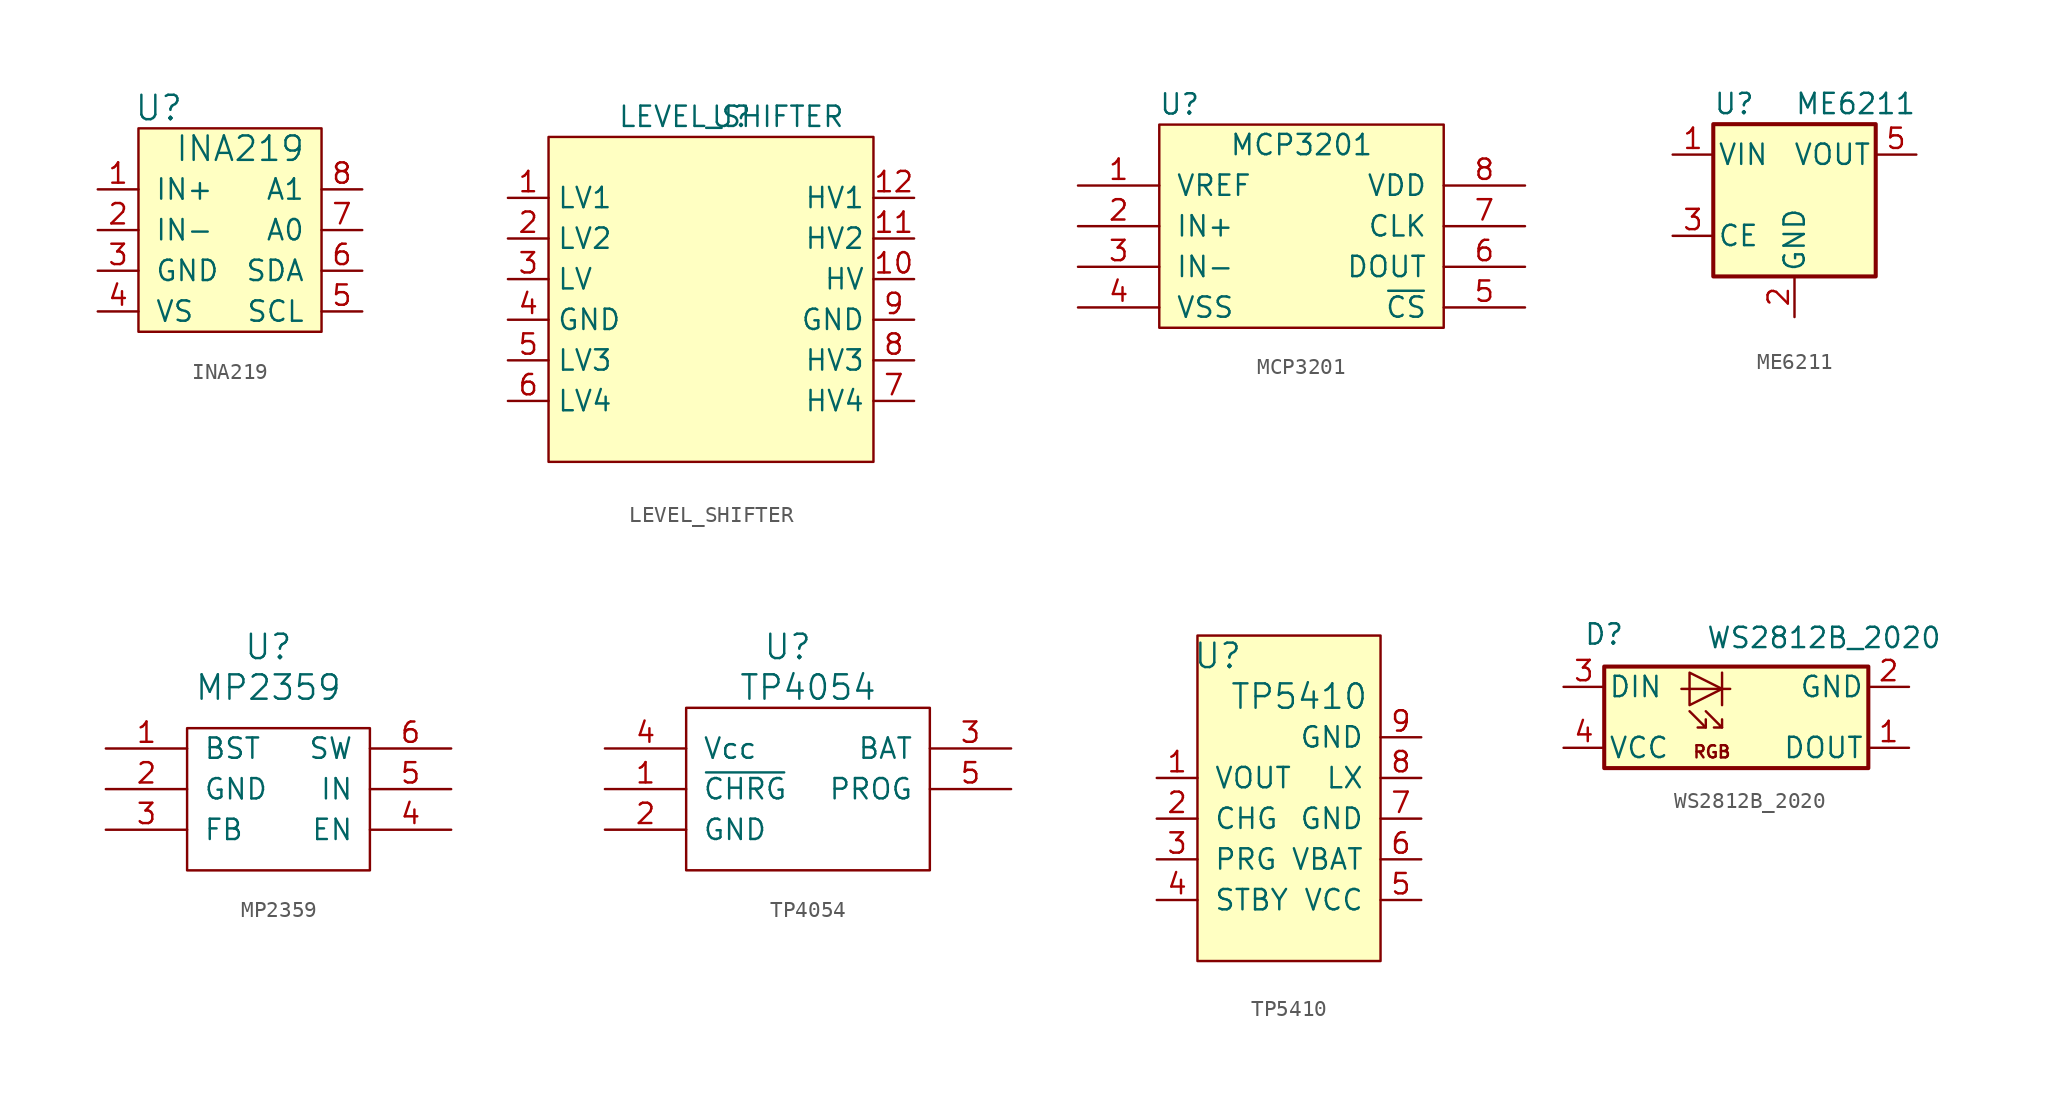
<source format=kicad_sym>
(kicad_symbol_lib
  (version 20211014)
  (generator kicad_symbol_editor)
  (symbol "INA219"
    (pin_names
      (offset 1.016))
    (property "Reference" "U"
      (at 2.54 7.62 0)
      (effects (font (size 1.524 1.524))))
    (property "Value" "INA219"
      (at 7.62 5.08 0)
      (effects (font (size 1.524 1.524))))
    (symbol "INA219_0_1"
      (rectangle (start 1.27 6.35) (end 12.7 -6.35) (stroke (width 0) (type default) (color 0 0 0 0)) (fill (type background))))
    (symbol "INA219_1_1"
      (pin input line (at -1.27 2.54 0) (length 2.54) (name "IN+" (effects (font (size 1.27 1.27)))) (number "1" (effects (font (size 1.27 1.27)))))
      (pin input line (at -1.27 0 0) (length 2.54) (name "IN-" (effects (font (size 1.27 1.27)))) (number "2" (effects (font (size 1.27 1.27)))))
      (pin input line (at -1.27 -2.54 0) (length 2.54) (name "GND" (effects (font (size 1.27 1.27)))) (number "3" (effects (font (size 1.27 1.27)))))
      (pin input line (at -1.27 -5.08 0) (length 2.54) (name "VS" (effects (font (size 1.27 1.27)))) (number "4" (effects (font (size 1.27 1.27)))))
      (pin input line (at 15.24 -5.08 180) (length 2.54) (name "SCL" (effects (font (size 1.27 1.27)))) (number "5" (effects (font (size 1.27 1.27)))))
      (pin input line (at 15.24 -2.54 180) (length 2.54) (name "SDA" (effects (font (size 1.27 1.27)))) (number "6" (effects (font (size 1.27 1.27)))))
      (pin input line (at 15.24 0 180) (length 2.54) (name "A0" (effects (font (size 1.27 1.27)))) (number "7" (effects (font (size 1.27 1.27)))))
      (pin input line (at 15.24 2.54 180) (length 2.54) (name "A1" (effects (font (size 1.27 1.27)))) (number "8" (effects (font (size 1.27 1.27)))))))
  (symbol "LEVEL_SHIFTER"
    (property "Reference" "U"
      (at 0 0 0)
      (effects (font (size 1.27 1.27))))
    (property "Value" "LEVEL_SHIFTER"
      (at 0 0 0)
      (effects (font (size 1.27 1.27))))
    (symbol "LEVEL_SHIFTER_0_1"
      (rectangle (start -11.43 -1.27) (end 8.89 -21.59) (stroke (width 0.152) (type default) (color 0 0 0 0)) (fill (type background))))
    (symbol "LEVEL_SHIFTER_1_1"
      (pin bidirectional line (at -13.97 -5.08 0) (length 2.54) (name "LV1" (effects (font (size 1.27 1.27)))) (number "1" (effects (font (size 1.27 1.27)))))
      (pin power_in line (at 11.43 -10.16 180) (length 2.54) (name "HV" (effects (font (size 1.27 1.27)))) (number "10" (effects (font (size 1.27 1.27)))))
      (pin bidirectional line (at 11.43 -7.62 180) (length 2.54) (name "HV2" (effects (font (size 1.27 1.27)))) (number "11" (effects (font (size 1.27 1.27)))))
      (pin bidirectional line (at 11.43 -5.08 180) (length 2.54) (name "HV1" (effects (font (size 1.27 1.27)))) (number "12" (effects (font (size 1.27 1.27)))))
      (pin bidirectional line (at -13.97 -7.62 0) (length 2.54) (name "LV2" (effects (font (size 1.27 1.27)))) (number "2" (effects (font (size 1.27 1.27)))))
      (pin input line (at -13.97 -10.16 0) (length 2.54) (name "LV" (effects (font (size 1.27 1.27)))) (number "3" (effects (font (size 1.27 1.27)))))
      (pin power_in line (at -13.97 -12.7 0) (length 2.54) (name "GND" (effects (font (size 1.27 1.27)))) (number "4" (effects (font (size 1.27 1.27)))))
      (pin bidirectional line (at -13.97 -15.24 0) (length 2.54) (name "LV3" (effects (font (size 1.27 1.27)))) (number "5" (effects (font (size 1.27 1.27)))))
      (pin bidirectional line (at -13.97 -17.78 0) (length 2.54) (name "LV4" (effects (font (size 1.27 1.27)))) (number "6" (effects (font (size 1.27 1.27)))))
      (pin bidirectional line (at 11.43 -17.78 180) (length 2.54) (name "HV4" (effects (font (size 1.27 1.27)))) (number "7" (effects (font (size 1.27 1.27)))))
      (pin bidirectional line (at 11.43 -15.24 180) (length 2.54) (name "HV3" (effects (font (size 1.27 1.27)))) (number "8" (effects (font (size 1.27 1.27)))))
      (pin power_in line (at 11.43 -12.7 180) (length 2.54) (name "GND" (effects (font (size 1.27 1.27)))) (number "9" (effects (font (size 1.27 1.27)))))))
  (symbol "MCP3201"
    (pin_names
      (offset 1.016))
    (property "Reference" "U"
      (at 1.27 13.97 0)
      (effects (font (size 1.27 1.27))))
    (property "Value" "MCP3201"
      (at 8.89 11.43 0)
      (effects (font (size 1.27 1.27))))
    (symbol "MCP3201_0_1"
      (rectangle (start 0 0) (end 17.78 12.7) (stroke (width 0) (type default) (color 0 0 0 0)) (fill (type background))))
    (symbol "MCP3201_1_1"
      (pin input line (at -5.08 8.89 0) (length 5.08) (name "VREF" (effects (font (size 1.27 1.27)))) (number "1" (effects (font (size 1.27 1.27)))))
      (pin input line (at -5.08 6.35 0) (length 5.08) (name "IN+" (effects (font (size 1.27 1.27)))) (number "2" (effects (font (size 1.27 1.27)))))
      (pin input line (at -5.08 3.81 0) (length 5.08) (name "IN-" (effects (font (size 1.27 1.27)))) (number "3" (effects (font (size 1.27 1.27)))))
      (pin input line (at -5.08 1.27 0) (length 5.08) (name "VSS" (effects (font (size 1.27 1.27)))) (number "4" (effects (font (size 1.27 1.27)))))
      (pin input line (at 22.86 1.27 180) (length 5.08) (name "~{CS}" (effects (font (size 1.27 1.27)))) (number "5" (effects (font (size 1.27 1.27)))))
      (pin input line (at 22.86 3.81 180) (length 5.08) (name "DOUT" (effects (font (size 1.27 1.27)))) (number "6" (effects (font (size 1.27 1.27)))))
      (pin input line (at 22.86 6.35 180) (length 5.08) (name "CLK" (effects (font (size 1.27 1.27)))) (number "7" (effects (font (size 1.27 1.27)))))
      (pin input line (at 22.86 8.89 180) (length 5.08) (name "VDD" (effects (font (size 1.27 1.27)))) (number "8" (effects (font (size 1.27 1.27)))))))
  (symbol "ME6211"
    (pin_names
      (offset 0.254))
    (property "Reference" "U"
      (at -5.08 5.715 0)
      (effects (font (size 1.27 1.27)) (justify left)))
    (property "Value" "ME6211"
      (at 0 5.715 0)
      (effects (font (size 1.27 1.27)) (justify left)))
    (symbol "ME6211_0_1"
      (rectangle (start -5.08 4.445) (end 5.08 -5.08) (stroke (width 0.254) (type default) (color 0 0 0 0)) (fill (type background))))
    (symbol "ME6211_1_1"
      (pin power_in line (at -7.62 2.54 0) (length 2.54) (name "VIN" (effects (font (size 1.27 1.27)))) (number "1" (effects (font (size 1.27 1.27)))))
      (pin power_in line (at 0 -7.62 90) (length 2.54) (name "GND" (effects (font (size 1.27 1.27)))) (number "2" (effects (font (size 1.27 1.27)))))
      (pin input line (at -7.62 -2.54 0) (length 2.54) (name "CE" (effects (font (size 1.27 1.27)))) (number "3" (effects (font (size 1.27 1.27)))))
      (pin no_connect line (at 7.62 -2.54 180) (length 2.54) hide (name "NC" (effects (font (size 1.27 1.27)))) (number "4" (effects (font (size 1.27 1.27)))))
      (pin power_out line (at 7.62 2.54 180) (length 2.54) (name "VOUT" (effects (font (size 1.27 1.27)))) (number "5" (effects (font (size 1.27 1.27)))))))
  (symbol "MP2359"
    (pin_names
      (offset 1.016))
    (property "Reference" "U"
      (at 0 2.54 0)
      (effects (font (size 1.524 1.524))))
    (property "Value" "MP2359"
      (at 0 0 0)
      (effects (font (size 1.524 1.524))))
    (symbol "MP2359_0_1"
      (rectangle (start -5.08 -2.54) (end 6.35 -11.43) (stroke (width 0) (type default) (color 0 0 0 0)) (fill (type none))))
    (symbol "MP2359_1_1"
      (pin output line (at -10.16 -3.81 0) (length 5.08) (name "BST" (effects (font (size 1.27 1.27)))) (number "1" (effects (font (size 1.27 1.27)))))
      (pin power_in line (at -10.16 -6.35 0) (length 5.08) (name "GND" (effects (font (size 1.27 1.27)))) (number "2" (effects (font (size 1.27 1.27)))))
      (pin input line (at -10.16 -8.89 0) (length 5.08) (name "FB" (effects (font (size 1.27 1.27)))) (number "3" (effects (font (size 1.27 1.27)))))
      (pin input line (at 11.43 -8.89 180) (length 5.08) (name "EN" (effects (font (size 1.27 1.27)))) (number "4" (effects (font (size 1.27 1.27)))))
      (pin power_in line (at 11.43 -6.35 180) (length 5.08) (name "IN" (effects (font (size 1.27 1.27)))) (number "5" (effects (font (size 1.27 1.27)))))
      (pin output line (at 11.43 -3.81 180) (length 5.08) (name "SW" (effects (font (size 1.27 1.27)))) (number "6" (effects (font (size 1.27 1.27)))))))
  (symbol "TP4054"
    (pin_names
      (offset 1.016))
    (property "Reference" "U"
      (at -3.81 0 0)
      (effects (font (size 1.524 1.524))))
    (property "Value" "TP4054"
      (at -2.54 -2.54 0)
      (effects (font (size 1.524 1.524))))
    (symbol "TP4054_0_1"
      (rectangle (start -10.16 -3.81) (end 5.08 -13.97) (stroke (width 0) (type default) (color 0 0 0 0)) (fill (type none))))
    (symbol "TP4054_1_1"
      (pin input line (at -15.24 -8.89 0) (length 5.08) (name "~{CHRG}" (effects (font (size 1.27 1.27)))) (number "1" (effects (font (size 1.27 1.27)))))
      (pin input line (at -15.24 -11.43 0) (length 5.08) (name "GND" (effects (font (size 1.27 1.27)))) (number "2" (effects (font (size 1.27 1.27)))))
      (pin input line (at 10.16 -6.35 180) (length 5.08) (name "BAT" (effects (font (size 1.27 1.27)))) (number "3" (effects (font (size 1.27 1.27)))))
      (pin input line (at -15.24 -6.35 0) (length 5.08) (name "Vcc" (effects (font (size 1.27 1.27)))) (number "4" (effects (font (size 1.27 1.27)))))
      (pin input line (at 10.16 -8.89 180) (length 5.08) (name "PROG" (effects (font (size 1.27 1.27)))) (number "5" (effects (font (size 1.27 1.27)))))))
  (symbol "TP5410"
    (pin_names
      (offset 1.016))
    (property "Reference" "U"
      (at 2.54 10.16 0)
      (effects (font (size 1.524 1.524))))
    (property "Value" "TP5410"
      (at 7.62 7.62 0)
      (effects (font (size 1.524 1.524))))
    (symbol "TP5410_0_1"
      (rectangle (start 1.27 11.43) (end 12.7 -8.89) (stroke (width 0) (type default) (color 0 0 0 0)) (fill (type background))))
    (symbol "TP5410_1_1"
      (pin power_out line (at -1.27 2.54 0) (length 2.54) (name "VOUT" (effects (font (size 1.27 1.27)))) (number "1" (effects (font (size 1.27 1.27)))))
      (pin input line (at -1.27 0 0) (length 2.54) (name "CHG" (effects (font (size 1.27 1.27)))) (number "2" (effects (font (size 1.27 1.27)))))
      (pin input line (at -1.27 -2.54 0) (length 2.54) (name "PRG" (effects (font (size 1.27 1.27)))) (number "3" (effects (font (size 1.27 1.27)))))
      (pin input line (at -1.27 -5.08 0) (length 2.54) (name "STBY" (effects (font (size 1.27 1.27)))) (number "4" (effects (font (size 1.27 1.27)))))
      (pin power_in line (at 15.24 -5.08 180) (length 2.54) (name "VCC" (effects (font (size 1.27 1.27)))) (number "5" (effects (font (size 1.27 1.27)))))
      (pin input line (at 15.24 -2.54 180) (length 2.54) (name "VBAT" (effects (font (size 1.27 1.27)))) (number "6" (effects (font (size 1.27 1.27)))))
      (pin power_in line (at 15.24 0 180) (length 2.54) (name "GND" (effects (font (size 1.27 1.27)))) (number "7" (effects (font (size 1.27 1.27)))))
      (pin input line (at 15.24 2.54 180) (length 2.54) (name "LX" (effects (font (size 1.27 1.27)))) (number "8" (effects (font (size 1.27 1.27)))))
      (pin power_in line (at 15.24 5.08 180) (length 2.54) (name "GND" (effects (font (size 1.27 1.27)))) (number "9" (effects (font (size 1.27 1.27)))))))
  (symbol "WS2812B_2020"
    (pin_names
      (offset 0.254))
    (property "Reference" "D"
      (at -6.35 6.35 0)
      (effects (font (size 1.27 1.27)) (justify right bottom)))
    (property "Value" "WS2812B_2020"
      (at -1.27 7.62 0)
      (effects (font (size 1.27 1.27)) (justify left top)))
    (symbol "WS2812B_2020_0_0"
      (text "RGB" (at -0.889 -0.254 0) (effects (font (size 0.762 0.762)))))
    (symbol "WS2812B_2020_0_1"
      (polyline (pts (xy -1.27 1.27) (xy -1.27 1.778)) (stroke (width 0) (type default) (color 0 0 0 0)) (fill (type none)))
      (polyline (pts (xy -0.254 1.27) (xy -0.254 1.778)) (stroke (width 0) (type default) (color 0 0 0 0)) (fill (type none)))
      (polyline (pts (xy -0.254 4.699) (xy -0.254 2.667)) (stroke (width 0) (type default) (color 0 0 0 0)) (fill (type none)))
      (polyline (pts (xy -2.794 3.683) (xy -0.254 3.683) (xy 0.254 3.683)) (stroke (width 0) (type default) (color 0 0 0 0)) (fill (type none)))
      (polyline (pts (xy -2.286 2.286) (xy -1.27 1.27) (xy -1.778 1.27)) (stroke (width 0) (type default) (color 0 0 0 0)) (fill (type none)))
      (polyline (pts (xy -1.27 2.286) (xy -0.254 1.27) (xy -0.762 1.27)) (stroke (width 0) (type default) (color 0 0 0 0)) (fill (type none)))
      (polyline (pts (xy -2.286 4.699) (xy -2.286 2.667) (xy -0.254 3.683) (xy -2.286 4.699)) (stroke (width 0) (type default) (color 0 0 0 0)) (fill (type none)))
      (rectangle (start 8.89 5.08) (end -7.62 -1.27) (stroke (width 0.254) (type default) (color 0 0 0 0)) (fill (type background))))
    (symbol "WS2812B_2020_1_1"
      (pin output line (at 11.43 0 180) (length 2.54) (name "DOUT" (effects (font (size 1.27 1.27)))) (number "1" (effects (font (size 1.27 1.27)))))
      (pin power_in line (at 11.43 3.81 180) (length 2.54) (name "GND" (effects (font (size 1.27 1.27)))) (number "2" (effects (font (size 1.27 1.27)))))
      (pin input line (at -10.16 3.81 0) (length 2.54) (name "DIN" (effects (font (size 1.27 1.27)))) (number "3" (effects (font (size 1.27 1.27)))))
      (pin power_in line (at -10.16 0 0) (length 2.54) (name "VCC" (effects (font (size 1.27 1.27)))) (number "4" (effects (font (size 1.27 1.27))))))))
</source>
